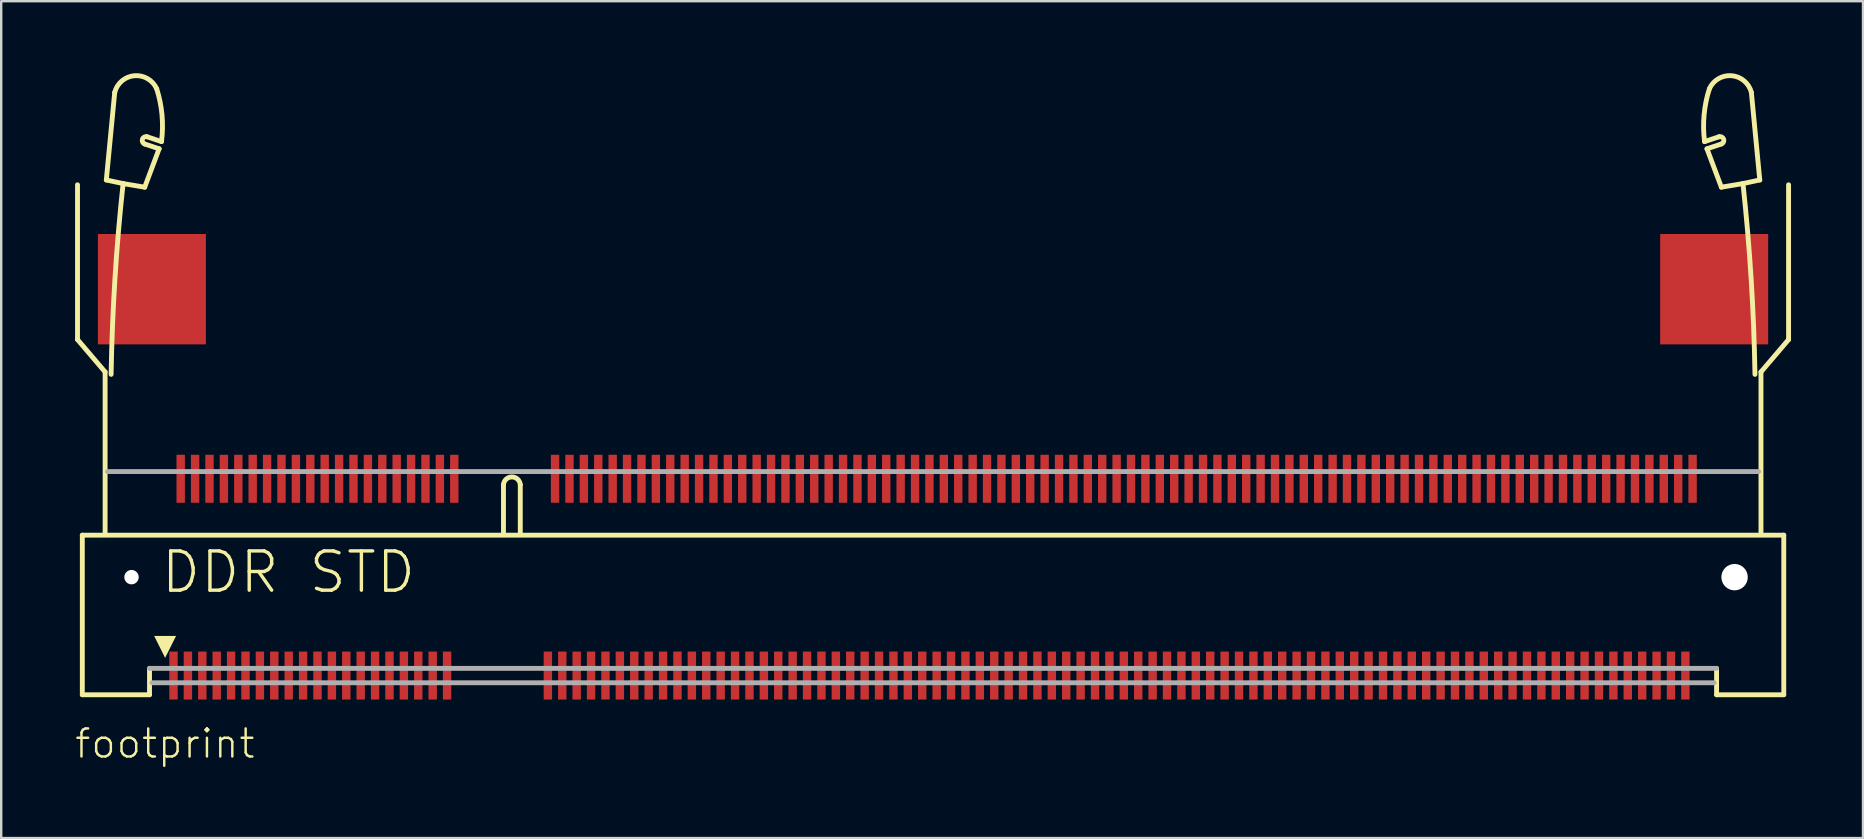
<source format=kicad_pcb>
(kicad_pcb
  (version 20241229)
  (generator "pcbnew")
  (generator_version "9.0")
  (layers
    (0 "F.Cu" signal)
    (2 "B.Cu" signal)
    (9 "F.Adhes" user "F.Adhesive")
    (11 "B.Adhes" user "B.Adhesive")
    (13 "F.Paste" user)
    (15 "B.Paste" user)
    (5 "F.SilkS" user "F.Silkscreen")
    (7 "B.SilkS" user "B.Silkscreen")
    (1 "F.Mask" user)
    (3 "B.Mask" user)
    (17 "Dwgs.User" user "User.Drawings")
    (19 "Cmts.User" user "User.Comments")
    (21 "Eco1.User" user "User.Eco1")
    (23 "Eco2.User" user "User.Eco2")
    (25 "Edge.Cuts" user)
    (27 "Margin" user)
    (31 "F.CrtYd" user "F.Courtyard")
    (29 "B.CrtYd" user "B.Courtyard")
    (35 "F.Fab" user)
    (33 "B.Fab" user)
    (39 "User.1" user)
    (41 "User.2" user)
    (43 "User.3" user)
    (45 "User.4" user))
  (footprint "footprint"
    (layer "F.Cu")
    (at 36.83 21)
    (property "Reference" "footprint" (at -36.83 7.62 0) (layer "F.SilkS") (effects (font (size 1.168 1.168) (thickness 0.102)) (justify left bottom)))
    (fp_line (start -36.65 -16.35) (end -36.65 -9.9) (stroke (width 0.203) (type solid)) (layer "F.SilkS"))
    (fp_line (start -36.65 -9.9) (end -35.5 -8.55) (stroke (width 0.203) (type solid)) (layer "F.SilkS"))
    (fp_line (start -36.45 -1.75) (end -36.45 4.9) (stroke (width 0.203) (type solid)) (layer "F.SilkS"))
    (fp_line (start -36.45 4.9) (end -33.65 4.9) (stroke (width 0.203) (type solid)) (layer "F.SilkS"))
    (fp_line (start -35.5 -8.55) (end -35.5 -1.85) (stroke (width 0.203) (type solid)) (layer "F.SilkS"))
    (fp_line (start -35.45 -16.55) (end -34.75 -16.4) (stroke (width 0.203) (type solid)) (layer "F.SilkS"))
    (fp_line (start -35.1 -20.2) (end -35.45 -16.55) (stroke (width 0.203) (type solid)) (layer "F.SilkS"))
    (fp_line (start -34.75 -16.4) (end -33.85 -16.25) (stroke (width 0.203) (type solid)) (layer "F.SilkS"))
    (fp_line (start -33.85 -16.25) (end -33.25 -17.85) (stroke (width 0.203) (type solid)) (layer "F.SilkS"))
    (fp_line (start -33.75 -18.35) (end -33.15 -18.15) (stroke (width 0.203) (type solid)) (layer "F.SilkS"))
    (fp_line (start -33.65 4.9) (end -33.65 3.8) (stroke (width 0.203) (type solid)) (layer "F.SilkS"))
    (fp_line (start -33.25 -17.85) (end -33.85 -18.05) (stroke (width 0.203) (type solid)) (layer "F.SilkS"))
    (fp_line (start -18.9 -3.85) (end -18.9 -1.85) (stroke (width 0.203) (type solid)) (layer "F.SilkS"))
    (fp_line (start -18.2 -3.85) (end -18.2 -1.85) (stroke (width 0.203) (type solid)) (layer "F.SilkS"))
    (fp_line (start 31.25 -17.85) (end 31.85 -18.05) (stroke (width 0.203) (type solid)) (layer "F.SilkS"))
    (fp_line (start 31.65 3.8) (end 31.65 4.9) (stroke (width 0.203) (type solid)) (layer "F.SilkS"))
    (fp_line (start 31.65 4.9) (end 34.45 4.9) (stroke (width 0.203) (type solid)) (layer "F.SilkS"))
    (fp_line (start 31.75 -18.35) (end 31.15 -18.15) (stroke (width 0.203) (type solid)) (layer "F.SilkS"))
    (fp_line (start 31.85 -16.25) (end 31.25 -17.85) (stroke (width 0.203) (type solid)) (layer "F.SilkS"))
    (fp_line (start 32.75 -16.4) (end 31.85 -16.25) (stroke (width 0.203) (type solid)) (layer "F.SilkS"))
    (fp_line (start 33.1 -20.2) (end 33.45 -16.55) (stroke (width 0.203) (type solid)) (layer "F.SilkS"))
    (fp_line (start 33.45 -16.55) (end 32.75 -16.4) (stroke (width 0.203) (type solid)) (layer "F.SilkS"))
    (fp_line (start 33.5 -8.55) (end 33.5 -1.85) (stroke (width 0.203) (type solid)) (layer "F.SilkS"))
    (fp_line (start 34.45 -1.75) (end -36.45 -1.75) (stroke (width 0.203) (type solid)) (layer "F.SilkS"))
    (fp_line (start 34.45 4.9) (end 34.45 -1.75) (stroke (width 0.203) (type solid)) (layer "F.SilkS"))
    (fp_line (start 34.65 -16.35) (end 34.65 -9.9) (stroke (width 0.203) (type solid)) (layer "F.SilkS"))
    (fp_line (start 34.65 -9.9) (end 33.5 -8.55) (stroke (width 0.203) (type solid)) (layer "F.SilkS"))
    (fp_arc (start -35.25 -8.45) (mid -35.090252 -12.430676) (end -34.75 -16.4) (stroke (width 0.2032) (type solid)) (layer "F.SilkS"))
    (fp_arc (start -35.099998 -20.199999) (mid -34.278179 -20.895426) (end -33.35 -20.35) (stroke (width 0.2032) (type solid)) (layer "F.SilkS"))
    (fp_arc (start -33.85 -18.05) (mid -33.945277 -18.248426) (end -33.75 -18.35) (stroke (width 0.2032) (type solid)) (layer "F.SilkS"))
    (fp_arc (start -33.35 -20.35) (mid -33.12925 -19.260977) (end -33.15 -18.15) (stroke (width 0.2032) (type solid)) (layer "F.SilkS"))
    (fp_arc (start -18.9 -3.85) (mid -18.549999 -4.175891) (end -18.2 -3.849998) (stroke (width 0.2032) (type solid)) (layer "F.SilkS"))
    (fp_arc (start 31.15 -18.15) (mid 31.129251 -19.260977) (end 31.35 -20.35) (stroke (width 0.2032) (type solid)) (layer "F.SilkS"))
    (fp_arc (start 31.35 -20.35) (mid 32.278179 -20.895427) (end 33.099998 -20.199999) (stroke (width 0.2032) (type solid)) (layer "F.SilkS"))
    (fp_arc (start 31.75 -18.35) (mid 31.945277 -18.248426) (end 31.85 -18.05) (stroke (width 0.2032) (type solid)) (layer "F.SilkS"))
    (fp_arc (start 32.75 -16.4) (mid 33.090252 -12.430676) (end 33.25 -8.45) (stroke (width 0.2032) (type solid)) (layer "F.SilkS"))
    (fp_poly (pts (xy -33 3.364) (xy -33.457 2.449) (xy -32.543 2.449)) (stroke (width 0) (type solid)) (fill yes) (layer "F.SilkS"))
    (fp_line (start -35.4 -4.4) (end 33.4 -4.4) (stroke (width 0.203) (type solid)) (layer "F.Fab"))
    (fp_line (start -33.65 3.8) (end 31.65 3.8) (stroke (width 0.203) (type solid)) (layer "F.Fab"))
    (fp_line (start -33.55 4.4) (end 31.55 4.4) (stroke (width 0.203) (type solid)) (layer "F.Fab"))
    (fp_text user "DDR STD" (at -33.25 0.75 0) (layer "F.SilkS") (effects (font (size 1.636 1.636) (thickness 0.142)) (justify left bottom)))
    (pad "" np_thru_hole circle (at -34.4 0) (size 0.6 0.6) (drill 0.6) (layers "*.Cu" "*.Mask"))
    (pad "" np_thru_hole circle (at 32.4 0) (size 1.1 1.1) (drill 1.1) (layers "*.Cu" "*.Mask"))
    (pad "1" smd rect (at -32.65 4.1 90) (size 2 0.35) (layers "F.Cu" "F.Mask" "F.Paste"))
    (pad "2" smd rect (at -32.35 -4.1 90) (size 2 0.35) (layers "F.Cu" "F.Mask" "F.Paste"))
    (pad "3" smd rect (at -32.05 4.1 90) (size 2 0.35) (layers "F.Cu" "F.Mask" "F.Paste"))
    (pad "4" smd rect (at -31.75 -4.1 90) (size 2 0.35) (layers "F.Cu" "F.Mask" "F.Paste"))
    (pad "5" smd rect (at -31.45 4.1 90) (size 2 0.35) (layers "F.Cu" "F.Mask" "F.Paste"))
    (pad "6" smd rect (at -31.15 -4.1 90) (size 2 0.35) (layers "F.Cu" "F.Mask" "F.Paste"))
    (pad "7" smd rect (at -30.85 4.1 90) (size 2 0.35) (layers "F.Cu" "F.Mask" "F.Paste"))
    (pad "8" smd rect (at -30.55 -4.1 90) (size 2 0.35) (layers "F.Cu" "F.Mask" "F.Paste"))
    (pad "9" smd rect (at -30.25 4.1 90) (size 2 0.35) (layers "F.Cu" "F.Mask" "F.Paste"))
    (pad "10" smd rect (at -29.95 -4.1 90) (size 2 0.35) (layers "F.Cu" "F.Mask" "F.Paste"))
    (pad "11" smd rect (at -29.65 4.1 90) (size 2 0.35) (layers "F.Cu" "F.Mask" "F.Paste"))
    (pad "12" smd rect (at -29.35 -4.1 90) (size 2 0.35) (layers "F.Cu" "F.Mask" "F.Paste"))
    (pad "13" smd rect (at -29.05 4.1 90) (size 2 0.35) (layers "F.Cu" "F.Mask" "F.Paste"))
    (pad "14" smd rect (at -28.75 -4.1 90) (size 2 0.35) (layers "F.Cu" "F.Mask" "F.Paste"))
    (pad "15" smd rect (at -28.45 4.1 90) (size 2 0.35) (layers "F.Cu" "F.Mask" "F.Paste"))
    (pad "16" smd rect (at -28.15 -4.1 90) (size 2 0.35) (layers "F.Cu" "F.Mask" "F.Paste"))
    (pad "17" smd rect (at -27.85 4.1 90) (size 2 0.35) (layers "F.Cu" "F.Mask" "F.Paste"))
    (pad "18" smd rect (at -27.55 -4.1 90) (size 2 0.35) (layers "F.Cu" "F.Mask" "F.Paste"))
    (pad "19" smd rect (at -27.25 4.1 90) (size 2 0.35) (layers "F.Cu" "F.Mask" "F.Paste"))
    (pad "20" smd rect (at -26.95 -4.1 90) (size 2 0.35) (layers "F.Cu" "F.Mask" "F.Paste"))
    (pad "21" smd rect (at -26.65 4.1 90) (size 2 0.35) (layers "F.Cu" "F.Mask" "F.Paste"))
    (pad "22" smd rect (at -26.35 -4.1 90) (size 2 0.35) (layers "F.Cu" "F.Mask" "F.Paste"))
    (pad "23" smd rect (at -26.05 4.1 90) (size 2 0.35) (layers "F.Cu" "F.Mask" "F.Paste"))
    (pad "24" smd rect (at -25.75 -4.1 90) (size 2 0.35) (layers "F.Cu" "F.Mask" "F.Paste"))
    (pad "25" smd rect (at -25.45 4.1 90) (size 2 0.35) (layers "F.Cu" "F.Mask" "F.Paste"))
    (pad "26" smd rect (at -25.15 -4.1 90) (size 2 0.35) (layers "F.Cu" "F.Mask" "F.Paste"))
    (pad "27" smd rect (at -24.85 4.1 90) (size 2 0.35) (layers "F.Cu" "F.Mask" "F.Paste"))
    (pad "28" smd rect (at -24.55 -4.1 90) (size 2 0.35) (layers "F.Cu" "F.Mask" "F.Paste"))
    (pad "29" smd rect (at -24.25 4.1 90) (size 2 0.35) (layers "F.Cu" "F.Mask" "F.Paste"))
    (pad "30" smd rect (at -23.95 -4.1 90) (size 2 0.35) (layers "F.Cu" "F.Mask" "F.Paste"))
    (pad "31" smd rect (at -23.65 4.1 90) (size 2 0.35) (layers "F.Cu" "F.Mask" "F.Paste"))
    (pad "32" smd rect (at -23.35 -4.1 90) (size 2 0.35) (layers "F.Cu" "F.Mask" "F.Paste"))
    (pad "33" smd rect (at -23.05 4.1 90) (size 2 0.35) (layers "F.Cu" "F.Mask" "F.Paste"))
    (pad "34" smd rect (at -22.75 -4.1 90) (size 2 0.35) (layers "F.Cu" "F.Mask" "F.Paste"))
    (pad "35" smd rect (at -22.45 4.1 90) (size 2 0.35) (layers "F.Cu" "F.Mask" "F.Paste"))
    (pad "36" smd rect (at -22.15 -4.1 90) (size 2 0.35) (layers "F.Cu" "F.Mask" "F.Paste"))
    (pad "37" smd rect (at -21.85 4.1 90) (size 2 0.35) (layers "F.Cu" "F.Mask" "F.Paste"))
    (pad "38" smd rect (at -21.55 -4.1 90) (size 2 0.35) (layers "F.Cu" "F.Mask" "F.Paste"))
    (pad "39" smd rect (at -21.25 4.1 90) (size 2 0.35) (layers "F.Cu" "F.Mask" "F.Paste"))
    (pad "40" smd rect (at -20.95 -4.1 90) (size 2 0.35) (layers "F.Cu" "F.Mask" "F.Paste"))
    (pad "41" smd rect (at -17.05 4.1 90) (size 2 0.35) (layers "F.Cu" "F.Mask" "F.Paste"))
    (pad "42" smd rect (at -16.75 -4.1 90) (size 2 0.35) (layers "F.Cu" "F.Mask" "F.Paste"))
    (pad "43" smd rect (at -16.45 4.1 90) (size 2 0.35) (layers "F.Cu" "F.Mask" "F.Paste"))
    (pad "44" smd rect (at -16.15 -4.1 90) (size 2 0.35) (layers "F.Cu" "F.Mask" "F.Paste"))
    (pad "45" smd rect (at -15.85 4.1 90) (size 2 0.35) (layers "F.Cu" "F.Mask" "F.Paste"))
    (pad "46" smd rect (at -15.55 -4.1 90) (size 2 0.35) (layers "F.Cu" "F.Mask" "F.Paste"))
    (pad "47" smd rect (at -15.25 4.1 90) (size 2 0.35) (layers "F.Cu" "F.Mask" "F.Paste"))
    (pad "48" smd rect (at -14.95 -4.1 90) (size 2 0.35) (layers "F.Cu" "F.Mask" "F.Paste"))
    (pad "49" smd rect (at -14.65 4.1 90) (size 2 0.35) (layers "F.Cu" "F.Mask" "F.Paste"))
    (pad "50" smd rect (at -14.35 -4.1 90) (size 2 0.35) (layers "F.Cu" "F.Mask" "F.Paste"))
    (pad "51" smd rect (at -14.05 4.1 90) (size 2 0.35) (layers "F.Cu" "F.Mask" "F.Paste"))
    (pad "52" smd rect (at -13.75 -4.1 90) (size 2 0.35) (layers "F.Cu" "F.Mask" "F.Paste"))
    (pad "53" smd rect (at -13.45 4.1 90) (size 2 0.35) (layers "F.Cu" "F.Mask" "F.Paste"))
    (pad "54" smd rect (at -13.15 -4.1 90) (size 2 0.35) (layers "F.Cu" "F.Mask" "F.Paste"))
    (pad "55" smd rect (at -12.85 4.1 90) (size 2 0.35) (layers "F.Cu" "F.Mask" "F.Paste"))
    (pad "56" smd rect (at -12.55 -4.1 90) (size 2 0.35) (layers "F.Cu" "F.Mask" "F.Paste"))
    (pad "57" smd rect (at -12.25 4.1 90) (size 2 0.35) (layers "F.Cu" "F.Mask" "F.Paste"))
    (pad "58" smd rect (at -11.95 -4.1 90) (size 2 0.35) (layers "F.Cu" "F.Mask" "F.Paste"))
    (pad "59" smd rect (at -11.65 4.1 90) (size 2 0.35) (layers "F.Cu" "F.Mask" "F.Paste"))
    (pad "60" smd rect (at -11.35 -4.1 90) (size 2 0.35) (layers "F.Cu" "F.Mask" "F.Paste"))
    (pad "61" smd rect (at -11.05 4.1 90) (size 2 0.35) (layers "F.Cu" "F.Mask" "F.Paste"))
    (pad "62" smd rect (at -10.75 -4.1 90) (size 2 0.35) (layers "F.Cu" "F.Mask" "F.Paste"))
    (pad "63" smd rect (at -10.45 4.1 90) (size 2 0.35) (layers "F.Cu" "F.Mask" "F.Paste"))
    (pad "64" smd rect (at -10.15 -4.1 90) (size 2 0.35) (layers "F.Cu" "F.Mask" "F.Paste"))
    (pad "65" smd rect (at -9.85 4.1 90) (size 2 0.35) (layers "F.Cu" "F.Mask" "F.Paste"))
    (pad "66" smd rect (at -9.55 -4.1 90) (size 2 0.35) (layers "F.Cu" "F.Mask" "F.Paste"))
    (pad "67" smd rect (at -9.25 4.1 90) (size 2 0.35) (layers "F.Cu" "F.Mask" "F.Paste"))
    (pad "68" smd rect (at -8.95 -4.1 90) (size 2 0.35) (layers "F.Cu" "F.Mask" "F.Paste"))
    (pad "69" smd rect (at -8.65 4.1 90) (size 2 0.35) (layers "F.Cu" "F.Mask" "F.Paste"))
    (pad "70" smd rect (at -8.35 -4.1 90) (size 2 0.35) (layers "F.Cu" "F.Mask" "F.Paste"))
    (pad "71" smd rect (at -8.05 4.1 90) (size 2 0.35) (layers "F.Cu" "F.Mask" "F.Paste"))
    (pad "72" smd rect (at -7.75 -4.1 90) (size 2 0.35) (layers "F.Cu" "F.Mask" "F.Paste"))
    (pad "73" smd rect (at -7.45 4.1 90) (size 2 0.35) (layers "F.Cu" "F.Mask" "F.Paste"))
    (pad "74" smd rect (at -7.15 -4.1 90) (size 2 0.35) (layers "F.Cu" "F.Mask" "F.Paste"))
    (pad "75" smd rect (at -6.85 4.1 90) (size 2 0.35) (layers "F.Cu" "F.Mask" "F.Paste"))
    (pad "76" smd rect (at -6.55 -4.1 90) (size 2 0.35) (layers "F.Cu" "F.Mask" "F.Paste"))
    (pad "77" smd rect (at -6.25 4.1 90) (size 2 0.35) (layers "F.Cu" "F.Mask" "F.Paste"))
    (pad "78" smd rect (at -5.95 -4.1 90) (size 2 0.35) (layers "F.Cu" "F.Mask" "F.Paste"))
    (pad "79" smd rect (at -5.65 4.1 90) (size 2 0.35) (layers "F.Cu" "F.Mask" "F.Paste"))
    (pad "80" smd rect (at -5.35 -4.1 90) (size 2 0.35) (layers "F.Cu" "F.Mask" "F.Paste"))
    (pad "81" smd rect (at -5.05 4.1 90) (size 2 0.35) (layers "F.Cu" "F.Mask" "F.Paste"))
    (pad "82" smd rect (at -4.75 -4.1 90) (size 2 0.35) (layers "F.Cu" "F.Mask" "F.Paste"))
    (pad "83" smd rect (at -4.45 4.1 90) (size 2 0.35) (layers "F.Cu" "F.Mask" "F.Paste"))
    (pad "84" smd rect (at -4.15 -4.1 90) (size 2 0.35) (layers "F.Cu" "F.Mask" "F.Paste"))
    (pad "85" smd rect (at -3.85 4.1 90) (size 2 0.35) (layers "F.Cu" "F.Mask" "F.Paste"))
    (pad "86" smd rect (at -3.55 -4.1 90) (size 2 0.35) (layers "F.Cu" "F.Mask" "F.Paste"))
    (pad "87" smd rect (at -3.25 4.1 90) (size 2 0.35) (layers "F.Cu" "F.Mask" "F.Paste"))
    (pad "88" smd rect (at -2.95 -4.1 90) (size 2 0.35) (layers "F.Cu" "F.Mask" "F.Paste"))
    (pad "89" smd rect (at -2.65 4.1 90) (size 2 0.35) (layers "F.Cu" "F.Mask" "F.Paste"))
    (pad "90" smd rect (at -2.35 -4.1 90) (size 2 0.35) (layers "F.Cu" "F.Mask" "F.Paste"))
    (pad "91" smd rect (at -2.05 4.1 90) (size 2 0.35) (layers "F.Cu" "F.Mask" "F.Paste"))
    (pad "92" smd rect (at -1.75 -4.1 90) (size 2 0.35) (layers "F.Cu" "F.Mask" "F.Paste"))
    (pad "93" smd rect (at -1.45 4.1 90) (size 2 0.35) (layers "F.Cu" "F.Mask" "F.Paste"))
    (pad "94" smd rect (at -1.15 -4.1 90) (size 2 0.35) (layers "F.Cu" "F.Mask" "F.Paste"))
    (pad "95" smd rect (at -0.85 4.1 90) (size 2 0.35) (layers "F.Cu" "F.Mask" "F.Paste"))
    (pad "96" smd rect (at -0.55 -4.1 90) (size 2 0.35) (layers "F.Cu" "F.Mask" "F.Paste"))
    (pad "97" smd rect (at -0.25 4.1 90) (size 2 0.35) (layers "F.Cu" "F.Mask" "F.Paste"))
    (pad "98" smd rect (at 0.05 -4.1 90) (size 2 0.35) (layers "F.Cu" "F.Mask" "F.Paste"))
    (pad "99" smd rect (at 0.35 4.1 90) (size 2 0.35) (layers "F.Cu" "F.Mask" "F.Paste"))
    (pad "100" smd rect (at 0.65 -4.1 90) (size 2 0.35) (layers "F.Cu" "F.Mask" "F.Paste"))
    (pad "101" smd rect (at 0.95 4.1 90) (size 2 0.35) (layers "F.Cu" "F.Mask" "F.Paste"))
    (pad "102" smd rect (at 1.25 -4.1 90) (size 2 0.35) (layers "F.Cu" "F.Mask" "F.Paste"))
    (pad "103" smd rect (at 1.55 4.1 90) (size 2 0.35) (layers "F.Cu" "F.Mask" "F.Paste"))
    (pad "104" smd rect (at 1.85 -4.1 90) (size 2 0.35) (layers "F.Cu" "F.Mask" "F.Paste"))
    (pad "105" smd rect (at 2.15 4.1 90) (size 2 0.35) (layers "F.Cu" "F.Mask" "F.Paste"))
    (pad "106" smd rect (at 2.45 -4.1 90) (size 2 0.35) (layers "F.Cu" "F.Mask" "F.Paste"))
    (pad "107" smd rect (at 2.75 4.1 90) (size 2 0.35) (layers "F.Cu" "F.Mask" "F.Paste"))
    (pad "108" smd rect (at 3.05 -4.1 90) (size 2 0.35) (layers "F.Cu" "F.Mask" "F.Paste"))
    (pad "109" smd rect (at 3.35 4.1 90) (size 2 0.35) (layers "F.Cu" "F.Mask" "F.Paste"))
    (pad "110" smd rect (at 3.65 -4.1 90) (size 2 0.35) (layers "F.Cu" "F.Mask" "F.Paste"))
    (pad "111" smd rect (at 3.95 4.1 90) (size 2 0.35) (layers "F.Cu" "F.Mask" "F.Paste"))
    (pad "112" smd rect (at 4.25 -4.1 90) (size 2 0.35) (layers "F.Cu" "F.Mask" "F.Paste"))
    (pad "113" smd rect (at 4.55 4.1 90) (size 2 0.35) (layers "F.Cu" "F.Mask" "F.Paste"))
    (pad "114" smd rect (at 4.85 -4.1 90) (size 2 0.35) (layers "F.Cu" "F.Mask" "F.Paste"))
    (pad "115" smd rect (at 5.15 4.1 90) (size 2 0.35) (layers "F.Cu" "F.Mask" "F.Paste"))
    (pad "116" smd rect (at 5.45 -4.1 90) (size 2 0.35) (layers "F.Cu" "F.Mask" "F.Paste"))
    (pad "117" smd rect (at 5.75 4.1 90) (size 2 0.35) (layers "F.Cu" "F.Mask" "F.Paste"))
    (pad "118" smd rect (at 6.05 -4.1 90) (size 2 0.35) (layers "F.Cu" "F.Mask" "F.Paste"))
    (pad "119" smd rect (at 6.35 4.1 90) (size 2 0.35) (layers "F.Cu" "F.Mask" "F.Paste"))
    (pad "120" smd rect (at 6.65 -4.1 90) (size 2 0.35) (layers "F.Cu" "F.Mask" "F.Paste"))
    (pad "121" smd rect (at 6.95 4.1 90) (size 2 0.35) (layers "F.Cu" "F.Mask" "F.Paste"))
    (pad "122" smd rect (at 7.25 -4.1 90) (size 2 0.35) (layers "F.Cu" "F.Mask" "F.Paste"))
    (pad "123" smd rect (at 7.55 4.1 90) (size 2 0.35) (layers "F.Cu" "F.Mask" "F.Paste"))
    (pad "124" smd rect (at 7.85 -4.1 90) (size 2 0.35) (layers "F.Cu" "F.Mask" "F.Paste"))
    (pad "125" smd rect (at 8.15 4.1 90) (size 2 0.35) (layers "F.Cu" "F.Mask" "F.Paste"))
    (pad "126" smd rect (at 8.45 -4.1 90) (size 2 0.35) (layers "F.Cu" "F.Mask" "F.Paste"))
    (pad "127" smd rect (at 8.75 4.1 90) (size 2 0.35) (layers "F.Cu" "F.Mask" "F.Paste"))
    (pad "128" smd rect (at 9.05 -4.1 90) (size 2 0.35) (layers "F.Cu" "F.Mask" "F.Paste"))
    (pad "129" smd rect (at 9.35 4.1 90) (size 2 0.35) (layers "F.Cu" "F.Mask" "F.Paste"))
    (pad "130" smd rect (at 9.65 -4.1 90) (size 2 0.35) (layers "F.Cu" "F.Mask" "F.Paste"))
    (pad "131" smd rect (at 9.95 4.1 90) (size 2 0.35) (layers "F.Cu" "F.Mask" "F.Paste"))
    (pad "132" smd rect (at 10.25 -4.1 90) (size 2 0.35) (layers "F.Cu" "F.Mask" "F.Paste"))
    (pad "133" smd rect (at 10.55 4.1 90) (size 2 0.35) (layers "F.Cu" "F.Mask" "F.Paste"))
    (pad "134" smd rect (at 10.85 -4.1 90) (size 2 0.35) (layers "F.Cu" "F.Mask" "F.Paste"))
    (pad "135" smd rect (at 11.15 4.1 90) (size 2 0.35) (layers "F.Cu" "F.Mask" "F.Paste"))
    (pad "136" smd rect (at 11.45 -4.1 90) (size 2 0.35) (layers "F.Cu" "F.Mask" "F.Paste"))
    (pad "137" smd rect (at 11.75 4.1 90) (size 2 0.35) (layers "F.Cu" "F.Mask" "F.Paste"))
    (pad "138" smd rect (at 12.05 -4.1 90) (size 2 0.35) (layers "F.Cu" "F.Mask" "F.Paste"))
    (pad "139" smd rect (at 12.35 4.1 90) (size 2 0.35) (layers "F.Cu" "F.Mask" "F.Paste"))
    (pad "140" smd rect (at 12.65 -4.1 90) (size 2 0.35) (layers "F.Cu" "F.Mask" "F.Paste"))
    (pad "141" smd rect (at 12.95 4.1 90) (size 2 0.35) (layers "F.Cu" "F.Mask" "F.Paste"))
    (pad "142" smd rect (at 13.25 -4.1 90) (size 2 0.35) (layers "F.Cu" "F.Mask" "F.Paste"))
    (pad "143" smd rect (at 13.55 4.1 90) (size 2 0.35) (layers "F.Cu" "F.Mask" "F.Paste"))
    (pad "144" smd rect (at 13.85 -4.1 90) (size 2 0.35) (layers "F.Cu" "F.Mask" "F.Paste"))
    (pad "145" smd rect (at 14.15 4.1 90) (size 2 0.35) (layers "F.Cu" "F.Mask" "F.Paste"))
    (pad "146" smd rect (at 14.45 -4.1 90) (size 2 0.35) (layers "F.Cu" "F.Mask" "F.Paste"))
    (pad "147" smd rect (at 14.75 4.1 90) (size 2 0.35) (layers "F.Cu" "F.Mask" "F.Paste"))
    (pad "148" smd rect (at 15.05 -4.1 90) (size 2 0.35) (layers "F.Cu" "F.Mask" "F.Paste"))
    (pad "149" smd rect (at 15.35 4.1 90) (size 2 0.35) (layers "F.Cu" "F.Mask" "F.Paste"))
    (pad "150" smd rect (at 15.65 -4.1 90) (size 2 0.35) (layers "F.Cu" "F.Mask" "F.Paste"))
    (pad "151" smd rect (at 15.95 4.1 90) (size 2 0.35) (layers "F.Cu" "F.Mask" "F.Paste"))
    (pad "152" smd rect (at 16.25 -4.1 90) (size 2 0.35) (layers "F.Cu" "F.Mask" "F.Paste"))
    (pad "153" smd rect (at 16.55 4.1 90) (size 2 0.35) (layers "F.Cu" "F.Mask" "F.Paste"))
    (pad "154" smd rect (at 16.85 -4.1 90) (size 2 0.35) (layers "F.Cu" "F.Mask" "F.Paste"))
    (pad "155" smd rect (at 17.15 4.1 90) (size 2 0.35) (layers "F.Cu" "F.Mask" "F.Paste"))
    (pad "156" smd rect (at 17.45 -4.1 90) (size 2 0.35) (layers "F.Cu" "F.Mask" "F.Paste"))
    (pad "157" smd rect (at 17.75 4.1 90) (size 2 0.35) (layers "F.Cu" "F.Mask" "F.Paste"))
    (pad "158" smd rect (at 18.05 -4.1 90) (size 2 0.35) (layers "F.Cu" "F.Mask" "F.Paste"))
    (pad "159" smd rect (at 18.35 4.1 90) (size 2 0.35) (layers "F.Cu" "F.Mask" "F.Paste"))
    (pad "160" smd rect (at 18.65 -4.1 90) (size 2 0.35) (layers "F.Cu" "F.Mask" "F.Paste"))
    (pad "161" smd rect (at 18.95 4.1 90) (size 2 0.35) (layers "F.Cu" "F.Mask" "F.Paste"))
    (pad "162" smd rect (at 19.25 -4.1 90) (size 2 0.35) (layers "F.Cu" "F.Mask" "F.Paste"))
    (pad "163" smd rect (at 19.55 4.1 90) (size 2 0.35) (layers "F.Cu" "F.Mask" "F.Paste"))
    (pad "164" smd rect (at 19.85 -4.1 90) (size 2 0.35) (layers "F.Cu" "F.Mask" "F.Paste"))
    (pad "165" smd rect (at 20.15 4.1 90) (size 2 0.35) (layers "F.Cu" "F.Mask" "F.Paste"))
    (pad "166" smd rect (at 20.45 -4.1 90) (size 2 0.35) (layers "F.Cu" "F.Mask" "F.Paste"))
    (pad "167" smd rect (at 20.75 4.1 90) (size 2 0.35) (layers "F.Cu" "F.Mask" "F.Paste"))
    (pad "168" smd rect (at 21.05 -4.1 90) (size 2 0.35) (layers "F.Cu" "F.Mask" "F.Paste"))
    (pad "169" smd rect (at 21.35 4.1 90) (size 2 0.35) (layers "F.Cu" "F.Mask" "F.Paste"))
    (pad "170" smd rect (at 21.65 -4.1 90) (size 2 0.35) (layers "F.Cu" "F.Mask" "F.Paste"))
    (pad "171" smd rect (at 21.95 4.1 90) (size 2 0.35) (layers "F.Cu" "F.Mask" "F.Paste"))
    (pad "172" smd rect (at 22.25 -4.1 90) (size 2 0.35) (layers "F.Cu" "F.Mask" "F.Paste"))
    (pad "173" smd rect (at 22.55 4.1 90) (size 2 0.35) (layers "F.Cu" "F.Mask" "F.Paste"))
    (pad "174" smd rect (at 22.85 -4.1 90) (size 2 0.35) (layers "F.Cu" "F.Mask" "F.Paste"))
    (pad "175" smd rect (at 23.15 4.1 90) (size 2 0.35) (layers "F.Cu" "F.Mask" "F.Paste"))
    (pad "176" smd rect (at 23.45 -4.1 90) (size 2 0.35) (layers "F.Cu" "F.Mask" "F.Paste"))
    (pad "177" smd rect (at 23.75 4.1 90) (size 2 0.35) (layers "F.Cu" "F.Mask" "F.Paste"))
    (pad "178" smd rect (at 24.05 -4.1 90) (size 2 0.35) (layers "F.Cu" "F.Mask" "F.Paste"))
    (pad "179" smd rect (at 24.35 4.1 90) (size 2 0.35) (layers "F.Cu" "F.Mask" "F.Paste"))
    (pad "180" smd rect (at 24.65 -4.1 90) (size 2 0.35) (layers "F.Cu" "F.Mask" "F.Paste"))
    (pad "181" smd rect (at 24.95 4.1 90) (size 2 0.35) (layers "F.Cu" "F.Mask" "F.Paste"))
    (pad "182" smd rect (at 25.25 -4.1 90) (size 2 0.35) (layers "F.Cu" "F.Mask" "F.Paste"))
    (pad "183" smd rect (at 25.55 4.1 90) (size 2 0.35) (layers "F.Cu" "F.Mask" "F.Paste"))
    (pad "184" smd rect (at 25.85 -4.1 90) (size 2 0.35) (layers "F.Cu" "F.Mask" "F.Paste"))
    (pad "185" smd rect (at 26.15 4.1 90) (size 2 0.35) (layers "F.Cu" "F.Mask" "F.Paste"))
    (pad "186" smd rect (at 26.45 -4.1 90) (size 2 0.35) (layers "F.Cu" "F.Mask" "F.Paste"))
    (pad "187" smd rect (at 26.75 4.1 90) (size 2 0.35) (layers "F.Cu" "F.Mask" "F.Paste"))
    (pad "188" smd rect (at 27.05 -4.1 90) (size 2 0.35) (layers "F.Cu" "F.Mask" "F.Paste"))
    (pad "189" smd rect (at 27.35 4.1 90) (size 2 0.35) (layers "F.Cu" "F.Mask" "F.Paste"))
    (pad "190" smd rect (at 27.65 -4.1 90) (size 2 0.35) (layers "F.Cu" "F.Mask" "F.Paste"))
    (pad "191" smd rect (at 27.95 4.1 90) (size 2 0.35) (layers "F.Cu" "F.Mask" "F.Paste"))
    (pad "192" smd rect (at 28.25 -4.1 90) (size 2 0.35) (layers "F.Cu" "F.Mask" "F.Paste"))
    (pad "193" smd rect (at 28.55 4.1 90) (size 2 0.35) (layers "F.Cu" "F.Mask" "F.Paste"))
    (pad "194" smd rect (at 28.85 -4.1 90) (size 2 0.35) (layers "F.Cu" "F.Mask" "F.Paste"))
    (pad "195" smd rect (at 29.15 4.1 90) (size 2 0.35) (layers "F.Cu" "F.Mask" "F.Paste"))
    (pad "196" smd rect (at 29.45 -4.1 90) (size 2 0.35) (layers "F.Cu" "F.Mask" "F.Paste"))
    (pad "197" smd rect (at 29.75 4.1 90) (size 2 0.35) (layers "F.Cu" "F.Mask" "F.Paste"))
    (pad "198" smd rect (at 30.05 -4.1 90) (size 2 0.35) (layers "F.Cu" "F.Mask" "F.Paste"))
    (pad "199" smd rect (at 30.35 4.1 90) (size 2 0.35) (layers "F.Cu" "F.Mask" "F.Paste"))
    (pad "200" smd rect (at 30.65 -4.1 90) (size 2 0.35) (layers "F.Cu" "F.Mask" "F.Paste"))
    (pad "M1" smd rect (at -33.55 -12) (size 4.5 4.6) (layers "F.Cu" "F.Mask" "F.Paste"))
    (pad "M2" smd rect (at 31.55 -12) (size 4.5 4.6) (layers "F.Cu" "F.Mask" "F.Paste")))
  (gr_rect
    (start -3 -3)
    (end 74.582 31.871)
    (stroke (width 0.1) (type default))
    (fill no)
    (layer "Edge.Cuts")))
</source>
